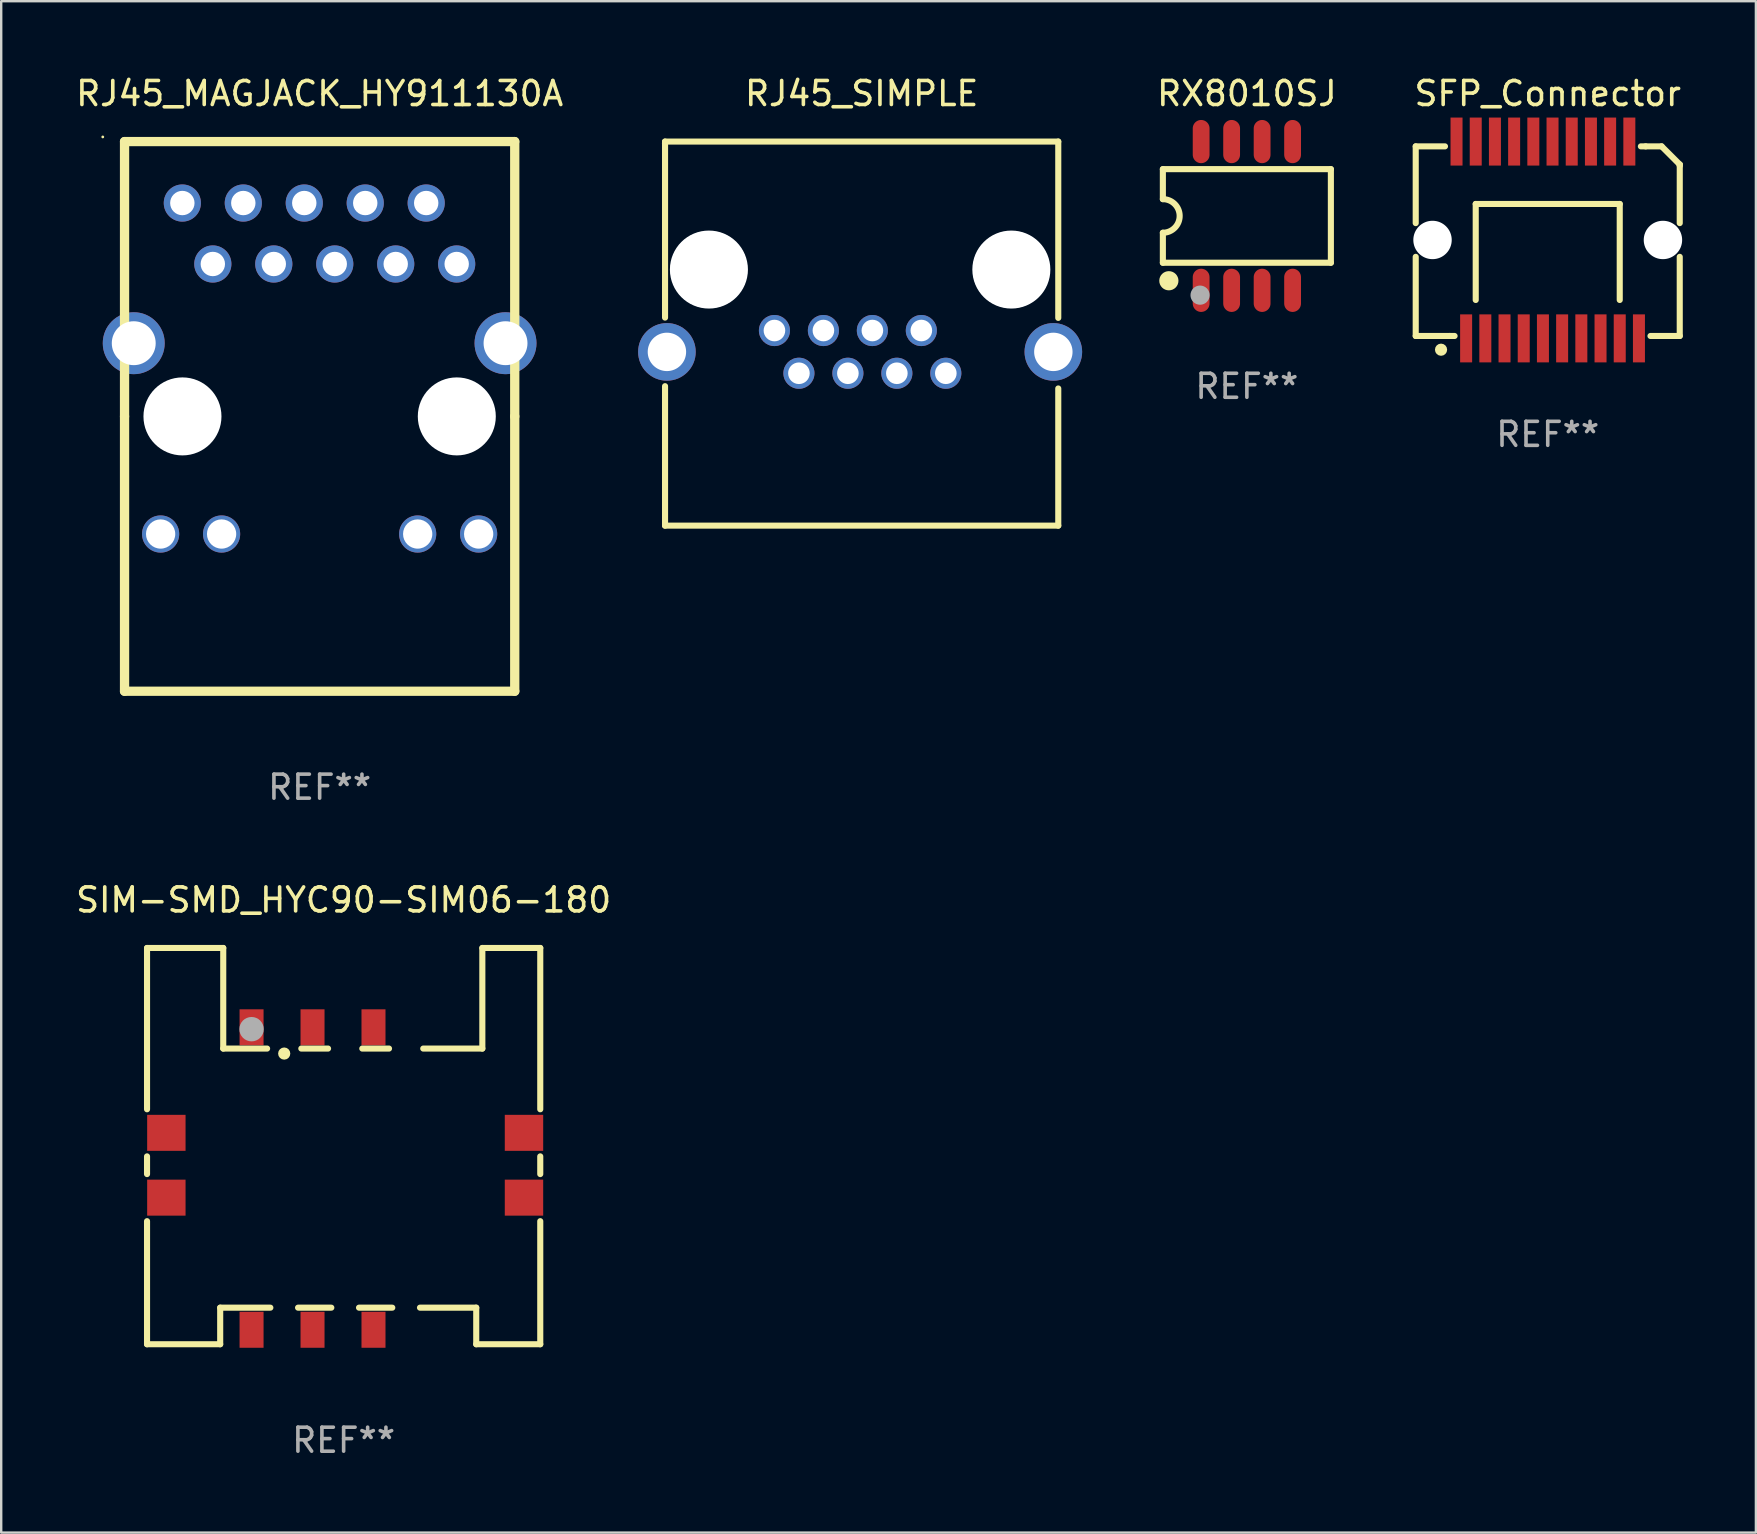
<source format=kicad_pcb>
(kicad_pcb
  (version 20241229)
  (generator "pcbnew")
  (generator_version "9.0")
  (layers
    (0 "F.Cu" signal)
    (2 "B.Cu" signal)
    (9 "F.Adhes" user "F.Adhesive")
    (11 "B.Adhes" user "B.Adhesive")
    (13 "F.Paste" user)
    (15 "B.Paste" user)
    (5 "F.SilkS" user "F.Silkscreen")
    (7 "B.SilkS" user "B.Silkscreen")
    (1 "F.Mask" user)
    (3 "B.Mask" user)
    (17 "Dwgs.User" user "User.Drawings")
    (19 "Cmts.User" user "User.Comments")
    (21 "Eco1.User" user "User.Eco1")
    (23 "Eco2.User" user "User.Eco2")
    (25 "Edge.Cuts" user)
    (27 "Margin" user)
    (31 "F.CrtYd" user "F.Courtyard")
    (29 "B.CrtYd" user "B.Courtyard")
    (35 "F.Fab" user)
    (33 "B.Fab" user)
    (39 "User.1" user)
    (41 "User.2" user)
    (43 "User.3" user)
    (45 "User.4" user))
  (footprint "SFP_Connector"
    (layer "F.Cu")
    (at 61.434 6.948)
    (property "Reference" "SFP_Connector" (at 0.000216 -6.1 0) (layer "F.SilkS") (effects (font (size 1 1) (thickness 0.15))))
    (attr through_hole)
    (fp_line (start -5.5 -3.9) (end -5.5 -0.703) (stroke (width 0.254) (type solid)) (layer "F.SilkS"))
    (fp_line (start -5.5 -3.9) (end -4.281 -3.9) (stroke (width 0.254) (type solid)) (layer "F.SilkS"))
    (fp_line (start -5.5 0.703) (end -5.5 4) (stroke (width 0.254) (type solid)) (layer "F.SilkS"))
    (fp_line (start -5.5 4) (end -4.081 4) (stroke (width 0.254) (type solid)) (layer "F.SilkS"))
    (fp_line (start -3.881 4) (end -4.081 4) (stroke (width 0.254) (type solid)) (layer "F.SilkS"))
    (fp_line (start -3 -1.5) (end 3 -1.5) (stroke (width 0.254) (type solid)) (layer "F.SilkS"))
    (fp_line (start -3 2.5) (end -3 -1.5) (stroke (width 0.254) (type solid)) (layer "F.SilkS"))
    (fp_line (start 3 -1.5) (end 3 2.5) (stroke (width 0.254) (type solid)) (layer "F.SilkS"))
    (fp_line (start 3.881 -3.9) (end 4.081 -3.9) (stroke (width 0.254) (type solid)) (layer "F.SilkS"))
    (fp_line (start 4.081 -3.9) (end 4.744 -3.9) (stroke (width 0.254) (type solid)) (layer "F.SilkS"))
    (fp_line (start 4.744 -3.901) (end 5.501 -3.144) (stroke (width 0.254) (type solid)) (layer "F.SilkS"))
    (fp_line (start 5.5 0.703) (end 5.5 4) (stroke (width 0.254) (type solid)) (layer "F.SilkS"))
    (fp_line (start 5.5 4) (end 4.281 4) (stroke (width 0.254) (type solid)) (layer "F.SilkS"))
    (fp_line (start 5.501 -3.144) (end 5.5 -0.703) (stroke (width 0.254) (type solid)) (layer "F.SilkS"))
    (fp_line (start 5.501 -3.144) (end 5.501 -3.091) (stroke (width 0.254) (type solid)) (layer "F.SilkS"))
    (fp_circle (center -4.445 4.572) (end -4.318 4.572) (stroke (width 0.254) (type solid)) (fill no) (layer "F.SilkS"))
    (fp_circle (center -4.8 -0.000127) (end -4.45 -0.000127) (stroke (width 0.7) (type solid)) (fill no) (layer "F.Fab"))
    (fp_circle (center 4.8 -0.000127) (end 5.15 -0.000127) (stroke (width 0.7) (type solid)) (fill no) (layer "F.Fab"))
    (fp_text user "REF**" (at 0.000216 8.1 0) (layer "F.Fab") (effects (font (size 1 1) (thickness 0.15))))
    (pad "" np_thru_hole circle (at -4.8 -0.000127) (size 1.6 1.6) (drill 1.6) (layers "*.Cu" "*.Mask"))
    (pad "" np_thru_hole circle (at 4.8 -0.000127) (size 1.6 1.6) (drill 1.6) (layers "*.Cu" "*.Mask"))
    (pad "1" smd rect (at -3.4 4.1 90) (size 2 0.5) (layers "F.Cu" "F.Mask" "F.Paste"))
    (pad "2" smd rect (at -2.6 4.1 90) (size 2 0.5) (layers "F.Cu" "F.Mask" "F.Paste"))
    (pad "3" smd rect (at -1.8 4.1 90) (size 2 0.5) (layers "F.Cu" "F.Mask" "F.Paste"))
    (pad "4" smd rect (at -1 4.1 90) (size 2 0.5) (layers "F.Cu" "F.Mask" "F.Paste"))
    (pad "5" smd rect (at -0.2 4.1 90) (size 2 0.5) (layers "F.Cu" "F.Mask" "F.Paste"))
    (pad "6" smd rect (at 0.6 4.1 90) (size 2 0.5) (layers "F.Cu" "F.Mask" "F.Paste"))
    (pad "7" smd rect (at 1.4 4.1 90) (size 2 0.5) (layers "F.Cu" "F.Mask" "F.Paste"))
    (pad "8" smd rect (at 2.2 4.1 90) (size 2 0.5) (layers "F.Cu" "F.Mask" "F.Paste"))
    (pad "9" smd rect (at 3 4.1 90) (size 2 0.5) (layers "F.Cu" "F.Mask" "F.Paste"))
    (pad "10" smd rect (at 3.8 4.1 90) (size 2 0.5) (layers "F.Cu" "F.Mask" "F.Paste"))
    (pad "11" smd rect (at 3.4 -4.1 90) (size 2 0.5) (layers "F.Cu" "F.Mask" "F.Paste"))
    (pad "12" smd rect (at 2.6 -4.1 90) (size 2 0.5) (layers "F.Cu" "F.Mask" "F.Paste"))
    (pad "13" smd rect (at 1.8 -4.1 90) (size 2 0.5) (layers "F.Cu" "F.Mask" "F.Paste"))
    (pad "14" smd rect (at 1 -4.1 90) (size 2 0.5) (layers "F.Cu" "F.Mask" "F.Paste"))
    (pad "15" smd rect (at 0.2 -4.1 90) (size 2 0.5) (layers "F.Cu" "F.Mask" "F.Paste"))
    (pad "16" smd rect (at -0.6 -4.1 90) (size 2 0.5) (layers "F.Cu" "F.Mask" "F.Paste"))
    (pad "17" smd rect (at -1.4 -4.1 90) (size 2 0.5) (layers "F.Cu" "F.Mask" "F.Paste"))
    (pad "18" smd rect (at -2.2 -4.1 90) (size 2 0.5) (layers "F.Cu" "F.Mask" "F.Paste"))
    (pad "19" smd rect (at -3 -4.1 90) (size 2 0.5) (layers "F.Cu" "F.Mask" "F.Paste"))
    (pad "20" smd rect (at -3.8 -4.1 90) (size 2 0.5) (layers "F.Cu" "F.Mask" "F.Paste")))
  (footprint "RX8010SJ"
    (layer "F.Cu")
    (at 48.899 5.947)
    (property "Reference" "RX8010SJ" (at 0 -5.099 0) (layer "F.SilkS") (effects (font (size 1 1) (thickness 0.15))))
    (attr through_hole)
    (fp_line (start -3.5 -1.95) (end 3.5 -1.95) (stroke (width 0.254) (type solid)) (layer "F.SilkS"))
    (fp_line (start -3.5 -0.7) (end -3.5 -1.95) (stroke (width 0.254) (type solid)) (layer "F.SilkS"))
    (fp_line (start -3.5 0.7) (end -3.5 1.95) (stroke (width 0.254) (type solid)) (layer "F.SilkS"))
    (fp_line (start -3.5 1.95) (end 3.5 1.95) (stroke (width 0.254) (type solid)) (layer "F.SilkS"))
    (fp_line (start 3.5 1.95) (end 3.5 -1.95) (stroke (width 0.254) (type solid)) (layer "F.SilkS"))
    (fp_arc (start -3.5 -0.7) (mid -2.8 0) (end -3.5 0.7) (stroke (width 0.254) (type solid)) (layer "F.SilkS"))
    (fp_circle (center -3.25 2.7) (end -3.05 2.7) (stroke (width 0.4) (type solid)) (fill no) (layer "F.SilkS"))
    (fp_circle (center -1.95 3.3) (end -1.75 3.3) (stroke (width 0.4) (type solid)) (fill no) (layer "F.Fab"))
    (fp_text user "REF**" (at 0 7.099 0) (layer "F.Fab") (effects (font (size 1 1) (thickness 0.15))))
    (pad "1" smd oval (at -1.905 3.099 180) (size 0.7 1.8) (layers "F.Cu" "F.Mask" "F.Paste"))
    (pad "2" smd oval (at -0.635 3.099 180) (size 0.7 1.8) (layers "F.Cu" "F.Mask" "F.Paste"))
    (pad "3" smd oval (at 0.635 3.099 180) (size 0.7 1.8) (layers "F.Cu" "F.Mask" "F.Paste"))
    (pad "4" smd oval (at 1.905 3.099 180) (size 0.7 1.8) (layers "F.Cu" "F.Mask" "F.Paste"))
    (pad "5" smd oval (at 1.905 -3.099 180) (size 0.7 1.8) (layers "F.Cu" "F.Mask" "F.Paste"))
    (pad "6" smd oval (at 0.635 -3.099 180) (size 0.7 1.8) (layers "F.Cu" "F.Mask" "F.Paste"))
    (pad "7" smd oval (at -0.635 -3.099 180) (size 0.7 1.8) (layers "F.Cu" "F.Mask" "F.Paste"))
    (pad "8" smd oval (at -1.905 -3.099 180) (size 0.7 1.8) (layers "F.Cu" "F.Mask" "F.Paste")))
  (footprint "SIM-SMD_HYC90-SIM06-180"
    (layer "F.Cu")
    (at 11.331 46.052)
    (property "Reference" "SIM-SMD_HYC90-SIM06-180" (at -0.064 -11.606 0) (layer "F.SilkS") (effects (font (size 1 1) (thickness 0.15))))
    (attr through_hole)
    (fp_line (start -8.255 -9.606) (end -8.255 -2.886) (stroke (width 0.254) (type solid)) (layer "F.SilkS"))
    (fp_line (start -8.255 -0.923) (end -8.255 -0.186) (stroke (width 0.254) (type solid)) (layer "F.SilkS"))
    (fp_line (start -8.255 1.777) (end -8.255 6.904) (stroke (width 0.254) (type solid)) (layer "F.SilkS"))
    (fp_line (start -8.255 6.904) (end -5.207 6.904) (stroke (width 0.254) (type solid)) (layer "F.SilkS"))
    (fp_line (start -5.207 5.38) (end -3.117 5.38) (stroke (width 0.254) (type solid)) (layer "F.SilkS"))
    (fp_line (start -5.207 6.904) (end -5.207 5.38) (stroke (width 0.254) (type solid)) (layer "F.SilkS"))
    (fp_line (start -5.08 -9.606) (end -8.255 -9.606) (stroke (width 0.254) (type solid)) (layer "F.SilkS"))
    (fp_line (start -5.08 -5.415) (end -5.08 -9.606) (stroke (width 0.254) (type solid)) (layer "F.SilkS"))
    (fp_line (start -3.253 -5.415) (end -5.08 -5.415) (stroke (width 0.254) (type solid)) (layer "F.SilkS"))
    (fp_line (start -1.963 5.38) (end -0.577 5.38) (stroke (width 0.254) (type solid)) (layer "F.SilkS"))
    (fp_line (start -0.713 -5.415) (end -1.827 -5.415) (stroke (width 0.254) (type solid)) (layer "F.SilkS"))
    (fp_line (start 0.577 5.38) (end 1.963 5.38) (stroke (width 0.254) (type solid)) (layer "F.SilkS"))
    (fp_line (start 1.827 -5.415) (end 0.713 -5.415) (stroke (width 0.254) (type solid)) (layer "F.SilkS"))
    (fp_line (start 3.117 5.38) (end 5.461 5.38) (stroke (width 0.254) (type solid)) (layer "F.SilkS"))
    (fp_line (start 5.461 5.38) (end 5.461 6.904) (stroke (width 0.254) (type solid)) (layer "F.SilkS"))
    (fp_line (start 5.461 6.904) (end 8.128 6.904) (stroke (width 0.254) (type solid)) (layer "F.SilkS"))
    (fp_line (start 5.715 -9.606) (end 5.715 -5.415) (stroke (width 0.254) (type solid)) (layer "F.SilkS"))
    (fp_line (start 5.715 -5.415) (end 3.253 -5.415) (stroke (width 0.254) (type solid)) (layer "F.SilkS"))
    (fp_line (start 8.128 -9.606) (end 5.715 -9.606) (stroke (width 0.254) (type solid)) (layer "F.SilkS"))
    (fp_line (start 8.128 -2.886) (end 8.128 -9.606) (stroke (width 0.254) (type solid)) (layer "F.SilkS"))
    (fp_line (start 8.128 -0.186) (end 8.128 -0.923) (stroke (width 0.254) (type solid)) (layer "F.SilkS"))
    (fp_line (start 8.128 6.904) (end 8.128 1.777) (stroke (width 0.254) (type solid)) (layer "F.SilkS"))
    (fp_circle (center -8.207 -9.516) (end -8.177 -9.516) (stroke (width 0.06) (type solid)) (fill no) (layer "F.SilkS"))
    (fp_circle (center -2.54 -5.207) (end -2.413 -5.207) (stroke (width 0.254) (type solid)) (fill no) (layer "F.SilkS"))
    (fp_circle (center -3.9 -6.223) (end -3.646 -6.223) (stroke (width 0.508) (type solid)) (fill no) (layer "F.Fab"))
    (fp_text user "REF**" (at -0.064 10.904 0) (layer "F.Fab") (effects (font (size 1 1) (thickness 0.15))))
    (pad "1" smd rect (at -3.9 -6.301) (size 1 1.5) (layers "F.Cu" "F.Mask" "F.Paste"))
    (pad "2" smd rect (at -1.36 -6.301) (size 1 1.5) (layers "F.Cu" "F.Mask" "F.Paste"))
    (pad "3" smd rect (at 1.18 -6.301) (size 1 1.5) (layers "F.Cu" "F.Mask" "F.Paste"))
    (pad "4" smd rect (at -3.9 6.301) (size 1 1.5) (layers "F.Cu" "F.Mask" "F.Paste"))
    (pad "5" smd rect (at -1.36 6.301) (size 1 1.5) (layers "F.Cu" "F.Mask" "F.Paste"))
    (pad "6" smd rect (at 1.18 6.301) (size 1 1.5) (layers "F.Cu" "F.Mask" "F.Paste"))
    (pad "8" smd rect (at -7.45 0.796 90) (size 1.5 1.6) (layers "F.Cu" "F.Mask" "F.Paste"))
    (pad "9" smd rect (at -7.45 -1.904 90) (size 1.5 1.6) (layers "F.Cu" "F.Mask" "F.Paste"))
    (pad "10" smd rect (at 7.45 0.796 90) (size 1.5 1.6) (layers "F.Cu" "F.Mask" "F.Paste"))
    (pad "11" smd rect (at 7.45 -1.904 90) (size 1.5 1.6) (layers "F.Cu" "F.Mask" "F.Paste")))
  (footprint "RJ45_SIMPLE"
    (layer "F.Cu")
    (at 32.786 11.611)
    (property "Reference" "RJ45_SIMPLE" (at 0.064 -10.763 0) (layer "F.SilkS") (effects (font (size 1 1) (thickness 0.15))))
    (attr through_hole)
    (fp_line (start -8.128 -8.763) (end -8.128 -1.429) (stroke (width 0.254) (type solid)) (layer "F.SilkS"))
    (fp_line (start -8.128 1.429) (end -8.128 7.239) (stroke (width 0.254) (type solid)) (layer "F.SilkS"))
    (fp_line (start -8.128 7.239) (end 8.255 7.239) (stroke (width 0.254) (type solid)) (layer "F.SilkS"))
    (fp_line (start 8.255 -8.763) (end -8.128 -8.763) (stroke (width 0.254) (type solid)) (layer "F.SilkS"))
    (fp_line (start 8.255 -1.416) (end 8.255 -8.763) (stroke (width 0.254) (type solid)) (layer "F.SilkS"))
    (fp_line (start 8.255 7.239) (end 8.255 1.524) (stroke (width 0.254) (type solid)) (layer "F.SilkS"))
    (fp_circle (center -8.2 -8.68) (end -8.17 -8.68) (stroke (width 0.06) (type solid)) (fill no) (layer "F.SilkS"))
    (fp_circle (center -6.3 -3.43) (end -5.5 -3.43) (stroke (width 1.6) (type solid)) (fill no) (layer "F.Fab"))
    (fp_circle (center 6.3 -3.43) (end 7.1 -3.43) (stroke (width 1.6) (type solid)) (fill no) (layer "F.Fab"))
    (pad "" np_thru_hole circle (at -6.3 -3.43) (size 3.25 3.25) (drill 3.25) (layers "*.Cu" "*.Mask"))
    (pad "" np_thru_hole circle (at 6.3 -3.43) (size 3.25 3.25) (drill 3.25) (layers "*.Cu" "*.Mask"))
    (pad "1" thru_hole circle (at -3.57 -0.89) (size 1.295 1.295) (drill 0.9) (layers "*.Cu" "*.Mask"))
    (pad "2" thru_hole circle (at -2.55 0.89) (size 1.295 1.295) (drill 0.9) (layers "*.Cu" "*.Mask"))
    (pad "3" thru_hole circle (at -1.53 -0.89) (size 1.295 1.295) (drill 0.9) (layers "*.Cu" "*.Mask"))
    (pad "4" thru_hole circle (at -0.51 0.89) (size 1.295 1.295) (drill 0.9) (layers "*.Cu" "*.Mask"))
    (pad "5" thru_hole circle (at 0.51 -0.89) (size 1.295 1.295) (drill 0.9) (layers "*.Cu" "*.Mask"))
    (pad "6" thru_hole circle (at 1.53 0.89) (size 1.295 1.295) (drill 0.9) (layers "*.Cu" "*.Mask"))
    (pad "7" thru_hole circle (at 2.55 -0.89) (size 1.295 1.295) (drill 0.9) (layers "*.Cu" "*.Mask"))
    (pad "8" thru_hole circle (at 3.57 0.89) (size 1.295 1.295) (drill 0.9) (layers "*.Cu" "*.Mask"))
    (pad "9" thru_hole circle (at 8.05 -0.000127) (size 2.4 2.4) (drill 1.6) (layers "*.Cu" "*.Mask"))
    (pad "10" thru_hole circle (at -8.05 -0.000127) (size 2.4 2.4) (drill 1.6) (layers "*.Cu" "*.Mask")))
  (footprint "RJ45_MAGJACK_HY911130A"
    (layer "F.Cu")
    (at 10.267 12.304)
    (property "Reference" "RJ45_MAGJACK_HY911130A" (at 0.001 -11.455 0) (layer "F.SilkS") (effects (font (size 1 1) (thickness 0.15))))
    (attr through_hole)
    (fp_line (start -8.128 -9.455) (end -8.128 1.995) (stroke (width 0.387) (type solid)) (layer "F.SilkS"))
    (fp_line (start -8.128 1.995) (end -8.128 13.445) (stroke (width 0.387) (type solid)) (layer "F.SilkS"))
    (fp_line (start -8.128 13.445) (end 8.129 13.445) (stroke (width 0.387) (type solid)) (layer "F.SilkS"))
    (fp_line (start 8.129 -9.455) (end -8.128 -9.455) (stroke (width 0.387) (type solid)) (layer "F.SilkS"))
    (fp_line (start 8.129 1.995) (end 8.129 -9.455) (stroke (width 0.387) (type solid)) (layer "F.SilkS"))
    (fp_line (start 8.129 13.445) (end 8.129 1.995) (stroke (width 0.387) (type solid)) (layer "F.SilkS"))
    (fp_circle (center -9.035 -9.649) (end -9.005 -9.649) (stroke (width 0.06) (type solid)) (fill no) (layer "F.SilkS"))
    (fp_text user "REF**" (at 0.001 17.445 0) (layer "F.Fab") (effects (font (size 1 1) (thickness 0.15))))
    (pad "" np_thru_hole circle (at -5.715 1.995) (size 3.25 3.25) (drill 3.25) (layers "*.Cu" "*.Mask"))
    (pad "" np_thru_hole circle (at 5.715 1.995) (size 3.25 3.25) (drill 3.25) (layers "*.Cu" "*.Mask"))
    (pad "1" thru_hole circle (at -5.72 -6.895) (size 1.549 1.549) (drill 1.016) (layers "*.Cu" "*.Mask"))
    (pad "2" thru_hole circle (at -4.45 -4.355) (size 1.549 1.549) (drill 1.016) (layers "*.Cu" "*.Mask"))
    (pad "3" thru_hole circle (at -3.18 -6.895) (size 1.549 1.549) (drill 1.016) (layers "*.Cu" "*.Mask"))
    (pad "4" thru_hole circle (at -1.91 -4.355) (size 1.549 1.549) (drill 1.016) (layers "*.Cu" "*.Mask"))
    (pad "5" thru_hole circle (at -0.64 -6.895) (size 1.549 1.549) (drill 1.016) (layers "*.Cu" "*.Mask"))
    (pad "6" thru_hole circle (at 0.63 -4.355) (size 1.549 1.549) (drill 1.016) (layers "*.Cu" "*.Mask"))
    (pad "7" thru_hole circle (at 1.9 -6.895) (size 1.549 1.549) (drill 1.016) (layers "*.Cu" "*.Mask"))
    (pad "8" thru_hole circle (at 3.17 -4.355) (size 1.549 1.549) (drill 1.016) (layers "*.Cu" "*.Mask"))
    (pad "9" thru_hole circle (at 4.44 -6.895) (size 1.549 1.549) (drill 1.016) (layers "*.Cu" "*.Mask"))
    (pad "10" thru_hole circle (at 5.71 -4.355) (size 1.549 1.549) (drill 1.016) (layers "*.Cu" "*.Mask"))
    (pad "11" thru_hole circle (at -6.625 6.895) (size 1.549 1.549) (drill 1.219) (layers "*.Cu" "*.Mask"))
    (pad "12" thru_hole circle (at -4.085 6.895) (size 1.549 1.549) (drill 1.219) (layers "*.Cu" "*.Mask"))
    (pad "13" thru_hole circle (at 4.085 6.895) (size 1.549 1.549) (drill 1.219) (layers "*.Cu" "*.Mask"))
    (pad "14" thru_hole circle (at 6.625 6.895) (size 1.549 1.549) (drill 1.219) (layers "*.Cu" "*.Mask"))
    (pad "15" thru_hole circle (at -7.745 -1.055) (size 2.581 2.581) (drill 1.829) (layers "*.Cu" "*.Mask"))
    (pad "16" thru_hole circle (at 7.745 -1.055) (size 2.581 2.581) (drill 1.829) (layers "*.Cu" "*.Mask")))
  (gr_rect
    (start -3 -3)
    (end 70.107 60.804)
    (stroke (width 0.1) (type default))
    (fill no)
    (layer "Edge.Cuts")))
</source>
